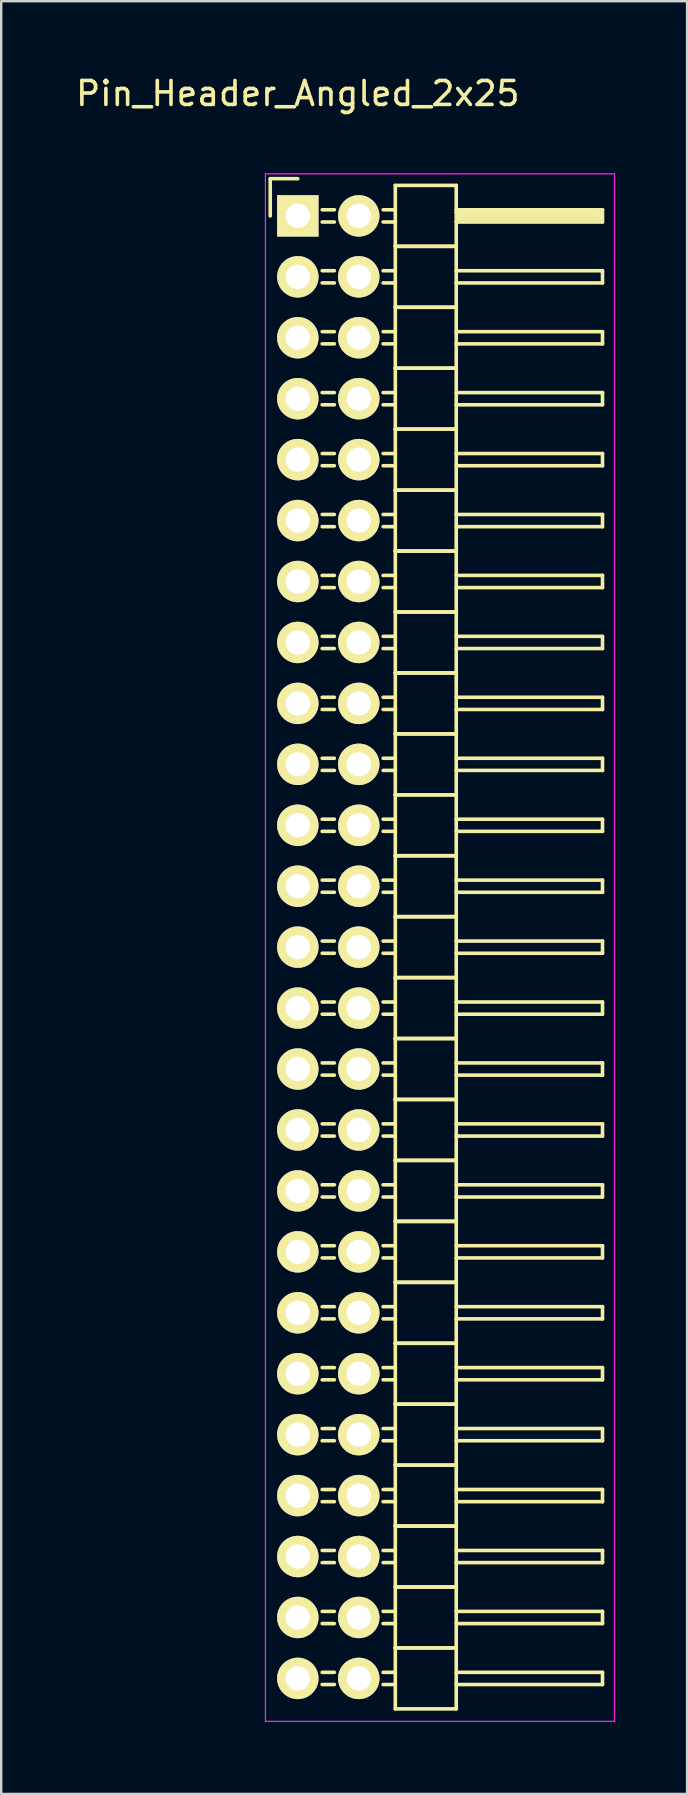
<source format=kicad_pcb>
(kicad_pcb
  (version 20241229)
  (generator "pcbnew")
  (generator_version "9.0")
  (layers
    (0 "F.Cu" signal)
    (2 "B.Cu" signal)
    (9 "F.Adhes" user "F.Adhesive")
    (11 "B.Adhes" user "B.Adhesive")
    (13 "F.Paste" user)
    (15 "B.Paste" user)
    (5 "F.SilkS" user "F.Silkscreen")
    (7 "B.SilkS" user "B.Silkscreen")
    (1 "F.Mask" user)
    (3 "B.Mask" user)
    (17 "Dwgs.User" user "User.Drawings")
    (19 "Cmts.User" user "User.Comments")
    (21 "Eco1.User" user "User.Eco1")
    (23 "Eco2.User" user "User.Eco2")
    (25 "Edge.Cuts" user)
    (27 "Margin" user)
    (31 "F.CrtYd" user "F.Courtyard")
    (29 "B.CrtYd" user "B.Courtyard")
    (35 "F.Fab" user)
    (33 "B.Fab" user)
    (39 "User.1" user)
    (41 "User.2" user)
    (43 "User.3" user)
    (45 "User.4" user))
  (footprint "Pin_Header_Angled_2x25"
    (layer "F.Cu")
    (at 9.363 5.948)
    (property "Reference" "Pin_Header_Angled_2x25" (at 0 -5.1 0) (layer "F.SilkS") (effects (font (size 1 1) (thickness 0.15))))
    (attr through_hole)
    (fp_line (start -1.15 -1.55) (end -1.15 0) (stroke (width 0.15) (type solid)) (layer "F.SilkS"))
    (fp_line (start 0 -1.55) (end -1.15 -1.55) (stroke (width 0.15) (type solid)) (layer "F.SilkS"))
    (fp_line (start 1.524 -0.254) (end 1.016 -0.254) (stroke (width 0.15) (type solid)) (layer "F.SilkS"))
    (fp_line (start 1.524 0.254) (end 1.016 0.254) (stroke (width 0.15) (type solid)) (layer "F.SilkS"))
    (fp_line (start 1.524 2.286) (end 1.016 2.286) (stroke (width 0.15) (type solid)) (layer "F.SilkS"))
    (fp_line (start 1.524 2.794) (end 1.016 2.794) (stroke (width 0.15) (type solid)) (layer "F.SilkS"))
    (fp_line (start 1.524 4.826) (end 1.016 4.826) (stroke (width 0.15) (type solid)) (layer "F.SilkS"))
    (fp_line (start 1.524 5.334) (end 1.016 5.334) (stroke (width 0.15) (type solid)) (layer "F.SilkS"))
    (fp_line (start 1.524 7.366) (end 1.016 7.366) (stroke (width 0.15) (type solid)) (layer "F.SilkS"))
    (fp_line (start 1.524 7.874) (end 1.016 7.874) (stroke (width 0.15) (type solid)) (layer "F.SilkS"))
    (fp_line (start 1.524 9.906) (end 1.016 9.906) (stroke (width 0.15) (type solid)) (layer "F.SilkS"))
    (fp_line (start 1.524 10.414) (end 1.016 10.414) (stroke (width 0.15) (type solid)) (layer "F.SilkS"))
    (fp_line (start 1.524 12.446) (end 1.016 12.446) (stroke (width 0.15) (type solid)) (layer "F.SilkS"))
    (fp_line (start 1.524 12.954) (end 1.016 12.954) (stroke (width 0.15) (type solid)) (layer "F.SilkS"))
    (fp_line (start 1.524 14.986) (end 1.016 14.986) (stroke (width 0.15) (type solid)) (layer "F.SilkS"))
    (fp_line (start 1.524 15.494) (end 1.016 15.494) (stroke (width 0.15) (type solid)) (layer "F.SilkS"))
    (fp_line (start 1.524 17.526) (end 1.016 17.526) (stroke (width 0.15) (type solid)) (layer "F.SilkS"))
    (fp_line (start 1.524 18.034) (end 1.016 18.034) (stroke (width 0.15) (type solid)) (layer "F.SilkS"))
    (fp_line (start 1.524 20.066) (end 1.016 20.066) (stroke (width 0.15) (type solid)) (layer "F.SilkS"))
    (fp_line (start 1.524 20.574) (end 1.016 20.574) (stroke (width 0.15) (type solid)) (layer "F.SilkS"))
    (fp_line (start 1.524 22.606) (end 1.016 22.606) (stroke (width 0.15) (type solid)) (layer "F.SilkS"))
    (fp_line (start 1.524 23.114) (end 1.016 23.114) (stroke (width 0.15) (type solid)) (layer "F.SilkS"))
    (fp_line (start 1.524 25.146) (end 1.016 25.146) (stroke (width 0.15) (type solid)) (layer "F.SilkS"))
    (fp_line (start 1.524 25.654) (end 1.016 25.654) (stroke (width 0.15) (type solid)) (layer "F.SilkS"))
    (fp_line (start 1.524 27.686) (end 1.016 27.686) (stroke (width 0.15) (type solid)) (layer "F.SilkS"))
    (fp_line (start 1.524 28.194) (end 1.016 28.194) (stroke (width 0.15) (type solid)) (layer "F.SilkS"))
    (fp_line (start 1.524 30.226) (end 1.016 30.226) (stroke (width 0.15) (type solid)) (layer "F.SilkS"))
    (fp_line (start 1.524 30.734) (end 1.016 30.734) (stroke (width 0.15) (type solid)) (layer "F.SilkS"))
    (fp_line (start 1.524 32.766) (end 1.016 32.766) (stroke (width 0.15) (type solid)) (layer "F.SilkS"))
    (fp_line (start 1.524 33.274) (end 1.016 33.274) (stroke (width 0.15) (type solid)) (layer "F.SilkS"))
    (fp_line (start 1.524 35.306) (end 1.016 35.306) (stroke (width 0.15) (type solid)) (layer "F.SilkS"))
    (fp_line (start 1.524 35.814) (end 1.016 35.814) (stroke (width 0.15) (type solid)) (layer "F.SilkS"))
    (fp_line (start 1.524 37.846) (end 1.016 37.846) (stroke (width 0.15) (type solid)) (layer "F.SilkS"))
    (fp_line (start 1.524 38.354) (end 1.016 38.354) (stroke (width 0.15) (type solid)) (layer "F.SilkS"))
    (fp_line (start 1.524 40.386) (end 1.016 40.386) (stroke (width 0.15) (type solid)) (layer "F.SilkS"))
    (fp_line (start 1.524 40.894) (end 1.016 40.894) (stroke (width 0.15) (type solid)) (layer "F.SilkS"))
    (fp_line (start 1.524 42.926) (end 1.016 42.926) (stroke (width 0.15) (type solid)) (layer "F.SilkS"))
    (fp_line (start 1.524 43.434) (end 1.016 43.434) (stroke (width 0.15) (type solid)) (layer "F.SilkS"))
    (fp_line (start 1.524 45.466) (end 1.016 45.466) (stroke (width 0.15) (type solid)) (layer "F.SilkS"))
    (fp_line (start 1.524 45.974) (end 1.016 45.974) (stroke (width 0.15) (type solid)) (layer "F.SilkS"))
    (fp_line (start 1.524 48.006) (end 1.016 48.006) (stroke (width 0.15) (type solid)) (layer "F.SilkS"))
    (fp_line (start 1.524 48.514) (end 1.016 48.514) (stroke (width 0.15) (type solid)) (layer "F.SilkS"))
    (fp_line (start 1.524 50.546) (end 1.016 50.546) (stroke (width 0.15) (type solid)) (layer "F.SilkS"))
    (fp_line (start 1.524 51.054) (end 1.016 51.054) (stroke (width 0.15) (type solid)) (layer "F.SilkS"))
    (fp_line (start 1.524 53.086) (end 1.016 53.086) (stroke (width 0.15) (type solid)) (layer "F.SilkS"))
    (fp_line (start 1.524 53.594) (end 1.016 53.594) (stroke (width 0.15) (type solid)) (layer "F.SilkS"))
    (fp_line (start 1.524 55.626) (end 1.016 55.626) (stroke (width 0.15) (type solid)) (layer "F.SilkS"))
    (fp_line (start 1.524 56.134) (end 1.016 56.134) (stroke (width 0.15) (type solid)) (layer "F.SilkS"))
    (fp_line (start 1.524 58.166) (end 1.016 58.166) (stroke (width 0.15) (type solid)) (layer "F.SilkS"))
    (fp_line (start 1.524 58.674) (end 1.016 58.674) (stroke (width 0.15) (type solid)) (layer "F.SilkS"))
    (fp_line (start 1.524 60.706) (end 1.016 60.706) (stroke (width 0.15) (type solid)) (layer "F.SilkS"))
    (fp_line (start 1.524 61.214) (end 1.016 61.214) (stroke (width 0.15) (type solid)) (layer "F.SilkS"))
    (fp_line (start 4.064 -1.27) (end 4.064 1.27) (stroke (width 0.15) (type solid)) (layer "F.SilkS"))
    (fp_line (start 4.064 -1.27) (end 6.604 -1.27) (stroke (width 0.15) (type solid)) (layer "F.SilkS"))
    (fp_line (start 4.064 -0.254) (end 3.556 -0.254) (stroke (width 0.15) (type solid)) (layer "F.SilkS"))
    (fp_line (start 4.064 0.254) (end 3.556 0.254) (stroke (width 0.15) (type solid)) (layer "F.SilkS"))
    (fp_line (start 4.064 1.27) (end 4.064 3.81) (stroke (width 0.15) (type solid)) (layer "F.SilkS"))
    (fp_line (start 4.064 1.27) (end 6.604 1.27) (stroke (width 0.15) (type solid)) (layer "F.SilkS"))
    (fp_line (start 4.064 1.27) (end 6.604 1.27) (stroke (width 0.15) (type solid)) (layer "F.SilkS"))
    (fp_line (start 4.064 2.286) (end 3.556 2.286) (stroke (width 0.15) (type solid)) (layer "F.SilkS"))
    (fp_line (start 4.064 2.794) (end 3.556 2.794) (stroke (width 0.15) (type solid)) (layer "F.SilkS"))
    (fp_line (start 4.064 3.81) (end 4.064 6.35) (stroke (width 0.15) (type solid)) (layer "F.SilkS"))
    (fp_line (start 4.064 3.81) (end 6.604 3.81) (stroke (width 0.15) (type solid)) (layer "F.SilkS"))
    (fp_line (start 4.064 3.81) (end 6.604 3.81) (stroke (width 0.15) (type solid)) (layer "F.SilkS"))
    (fp_line (start 4.064 4.826) (end 3.556 4.826) (stroke (width 0.15) (type solid)) (layer "F.SilkS"))
    (fp_line (start 4.064 5.334) (end 3.556 5.334) (stroke (width 0.15) (type solid)) (layer "F.SilkS"))
    (fp_line (start 4.064 6.35) (end 4.064 8.89) (stroke (width 0.15) (type solid)) (layer "F.SilkS"))
    (fp_line (start 4.064 6.35) (end 6.604 6.35) (stroke (width 0.15) (type solid)) (layer "F.SilkS"))
    (fp_line (start 4.064 6.35) (end 6.604 6.35) (stroke (width 0.15) (type solid)) (layer "F.SilkS"))
    (fp_line (start 4.064 7.366) (end 3.556 7.366) (stroke (width 0.15) (type solid)) (layer "F.SilkS"))
    (fp_line (start 4.064 7.874) (end 3.556 7.874) (stroke (width 0.15) (type solid)) (layer "F.SilkS"))
    (fp_line (start 4.064 8.89) (end 4.064 11.43) (stroke (width 0.15) (type solid)) (layer "F.SilkS"))
    (fp_line (start 4.064 8.89) (end 6.604 8.89) (stroke (width 0.15) (type solid)) (layer "F.SilkS"))
    (fp_line (start 4.064 8.89) (end 6.604 8.89) (stroke (width 0.15) (type solid)) (layer "F.SilkS"))
    (fp_line (start 4.064 9.906) (end 3.556 9.906) (stroke (width 0.15) (type solid)) (layer "F.SilkS"))
    (fp_line (start 4.064 10.414) (end 3.556 10.414) (stroke (width 0.15) (type solid)) (layer "F.SilkS"))
    (fp_line (start 4.064 11.43) (end 4.064 13.97) (stroke (width 0.15) (type solid)) (layer "F.SilkS"))
    (fp_line (start 4.064 11.43) (end 6.604 11.43) (stroke (width 0.15) (type solid)) (layer "F.SilkS"))
    (fp_line (start 4.064 11.43) (end 6.604 11.43) (stroke (width 0.15) (type solid)) (layer "F.SilkS"))
    (fp_line (start 4.064 12.446) (end 3.556 12.446) (stroke (width 0.15) (type solid)) (layer "F.SilkS"))
    (fp_line (start 4.064 12.954) (end 3.556 12.954) (stroke (width 0.15) (type solid)) (layer "F.SilkS"))
    (fp_line (start 4.064 13.97) (end 4.064 16.51) (stroke (width 0.15) (type solid)) (layer "F.SilkS"))
    (fp_line (start 4.064 13.97) (end 6.604 13.97) (stroke (width 0.15) (type solid)) (layer "F.SilkS"))
    (fp_line (start 4.064 13.97) (end 6.604 13.97) (stroke (width 0.15) (type solid)) (layer "F.SilkS"))
    (fp_line (start 4.064 14.986) (end 3.556 14.986) (stroke (width 0.15) (type solid)) (layer "F.SilkS"))
    (fp_line (start 4.064 15.494) (end 3.556 15.494) (stroke (width 0.15) (type solid)) (layer "F.SilkS"))
    (fp_line (start 4.064 16.51) (end 4.064 19.05) (stroke (width 0.15) (type solid)) (layer "F.SilkS"))
    (fp_line (start 4.064 16.51) (end 6.604 16.51) (stroke (width 0.15) (type solid)) (layer "F.SilkS"))
    (fp_line (start 4.064 16.51) (end 6.604 16.51) (stroke (width 0.15) (type solid)) (layer "F.SilkS"))
    (fp_line (start 4.064 17.526) (end 3.556 17.526) (stroke (width 0.15) (type solid)) (layer "F.SilkS"))
    (fp_line (start 4.064 18.034) (end 3.556 18.034) (stroke (width 0.15) (type solid)) (layer "F.SilkS"))
    (fp_line (start 4.064 19.05) (end 4.064 21.59) (stroke (width 0.15) (type solid)) (layer "F.SilkS"))
    (fp_line (start 4.064 19.05) (end 6.604 19.05) (stroke (width 0.15) (type solid)) (layer "F.SilkS"))
    (fp_line (start 4.064 19.05) (end 6.604 19.05) (stroke (width 0.15) (type solid)) (layer "F.SilkS"))
    (fp_line (start 4.064 20.066) (end 3.556 20.066) (stroke (width 0.15) (type solid)) (layer "F.SilkS"))
    (fp_line (start 4.064 20.574) (end 3.556 20.574) (stroke (width 0.15) (type solid)) (layer "F.SilkS"))
    (fp_line (start 4.064 21.59) (end 4.064 24.13) (stroke (width 0.15) (type solid)) (layer "F.SilkS"))
    (fp_line (start 4.064 21.59) (end 6.604 21.59) (stroke (width 0.15) (type solid)) (layer "F.SilkS"))
    (fp_line (start 4.064 21.59) (end 6.604 21.59) (stroke (width 0.15) (type solid)) (layer "F.SilkS"))
    (fp_line (start 4.064 22.606) (end 3.556 22.606) (stroke (width 0.15) (type solid)) (layer "F.SilkS"))
    (fp_line (start 4.064 23.114) (end 3.556 23.114) (stroke (width 0.15) (type solid)) (layer "F.SilkS"))
    (fp_line (start 4.064 24.13) (end 4.064 26.67) (stroke (width 0.15) (type solid)) (layer "F.SilkS"))
    (fp_line (start 4.064 24.13) (end 6.604 24.13) (stroke (width 0.15) (type solid)) (layer "F.SilkS"))
    (fp_line (start 4.064 24.13) (end 6.604 24.13) (stroke (width 0.15) (type solid)) (layer "F.SilkS"))
    (fp_line (start 4.064 25.146) (end 3.556 25.146) (stroke (width 0.15) (type solid)) (layer "F.SilkS"))
    (fp_line (start 4.064 25.654) (end 3.556 25.654) (stroke (width 0.15) (type solid)) (layer "F.SilkS"))
    (fp_line (start 4.064 26.67) (end 4.064 29.21) (stroke (width 0.15) (type solid)) (layer "F.SilkS"))
    (fp_line (start 4.064 26.67) (end 6.604 26.67) (stroke (width 0.15) (type solid)) (layer "F.SilkS"))
    (fp_line (start 4.064 26.67) (end 6.604 26.67) (stroke (width 0.15) (type solid)) (layer "F.SilkS"))
    (fp_line (start 4.064 27.686) (end 3.556 27.686) (stroke (width 0.15) (type solid)) (layer "F.SilkS"))
    (fp_line (start 4.064 28.194) (end 3.556 28.194) (stroke (width 0.15) (type solid)) (layer "F.SilkS"))
    (fp_line (start 4.064 29.21) (end 4.064 31.75) (stroke (width 0.15) (type solid)) (layer "F.SilkS"))
    (fp_line (start 4.064 29.21) (end 6.604 29.21) (stroke (width 0.15) (type solid)) (layer "F.SilkS"))
    (fp_line (start 4.064 29.21) (end 6.604 29.21) (stroke (width 0.15) (type solid)) (layer "F.SilkS"))
    (fp_line (start 4.064 30.226) (end 3.556 30.226) (stroke (width 0.15) (type solid)) (layer "F.SilkS"))
    (fp_line (start 4.064 30.734) (end 3.556 30.734) (stroke (width 0.15) (type solid)) (layer "F.SilkS"))
    (fp_line (start 4.064 31.75) (end 4.064 34.29) (stroke (width 0.15) (type solid)) (layer "F.SilkS"))
    (fp_line (start 4.064 31.75) (end 6.604 31.75) (stroke (width 0.15) (type solid)) (layer "F.SilkS"))
    (fp_line (start 4.064 31.75) (end 6.604 31.75) (stroke (width 0.15) (type solid)) (layer "F.SilkS"))
    (fp_line (start 4.064 32.766) (end 3.556 32.766) (stroke (width 0.15) (type solid)) (layer "F.SilkS"))
    (fp_line (start 4.064 33.274) (end 3.556 33.274) (stroke (width 0.15) (type solid)) (layer "F.SilkS"))
    (fp_line (start 4.064 34.29) (end 4.064 36.83) (stroke (width 0.15) (type solid)) (layer "F.SilkS"))
    (fp_line (start 4.064 34.29) (end 6.604 34.29) (stroke (width 0.15) (type solid)) (layer "F.SilkS"))
    (fp_line (start 4.064 34.29) (end 6.604 34.29) (stroke (width 0.15) (type solid)) (layer "F.SilkS"))
    (fp_line (start 4.064 35.306) (end 3.556 35.306) (stroke (width 0.15) (type solid)) (layer "F.SilkS"))
    (fp_line (start 4.064 35.814) (end 3.556 35.814) (stroke (width 0.15) (type solid)) (layer "F.SilkS"))
    (fp_line (start 4.064 36.83) (end 4.064 39.37) (stroke (width 0.15) (type solid)) (layer "F.SilkS"))
    (fp_line (start 4.064 36.83) (end 6.604 36.83) (stroke (width 0.15) (type solid)) (layer "F.SilkS"))
    (fp_line (start 4.064 36.83) (end 6.604 36.83) (stroke (width 0.15) (type solid)) (layer "F.SilkS"))
    (fp_line (start 4.064 37.846) (end 3.556 37.846) (stroke (width 0.15) (type solid)) (layer "F.SilkS"))
    (fp_line (start 4.064 38.354) (end 3.556 38.354) (stroke (width 0.15) (type solid)) (layer "F.SilkS"))
    (fp_line (start 4.064 39.37) (end 4.064 41.91) (stroke (width 0.15) (type solid)) (layer "F.SilkS"))
    (fp_line (start 4.064 39.37) (end 6.604 39.37) (stroke (width 0.15) (type solid)) (layer "F.SilkS"))
    (fp_line (start 4.064 39.37) (end 6.604 39.37) (stroke (width 0.15) (type solid)) (layer "F.SilkS"))
    (fp_line (start 4.064 40.386) (end 3.556 40.386) (stroke (width 0.15) (type solid)) (layer "F.SilkS"))
    (fp_line (start 4.064 40.894) (end 3.556 40.894) (stroke (width 0.15) (type solid)) (layer "F.SilkS"))
    (fp_line (start 4.064 41.91) (end 4.064 44.45) (stroke (width 0.15) (type solid)) (layer "F.SilkS"))
    (fp_line (start 4.064 41.91) (end 6.604 41.91) (stroke (width 0.15) (type solid)) (layer "F.SilkS"))
    (fp_line (start 4.064 41.91) (end 6.604 41.91) (stroke (width 0.15) (type solid)) (layer "F.SilkS"))
    (fp_line (start 4.064 42.926) (end 3.556 42.926) (stroke (width 0.15) (type solid)) (layer "F.SilkS"))
    (fp_line (start 4.064 43.434) (end 3.556 43.434) (stroke (width 0.15) (type solid)) (layer "F.SilkS"))
    (fp_line (start 4.064 44.45) (end 4.064 46.99) (stroke (width 0.15) (type solid)) (layer "F.SilkS"))
    (fp_line (start 4.064 44.45) (end 6.604 44.45) (stroke (width 0.15) (type solid)) (layer "F.SilkS"))
    (fp_line (start 4.064 44.45) (end 6.604 44.45) (stroke (width 0.15) (type solid)) (layer "F.SilkS"))
    (fp_line (start 4.064 45.466) (end 3.556 45.466) (stroke (width 0.15) (type solid)) (layer "F.SilkS"))
    (fp_line (start 4.064 45.974) (end 3.556 45.974) (stroke (width 0.15) (type solid)) (layer "F.SilkS"))
    (fp_line (start 4.064 46.99) (end 4.064 49.53) (stroke (width 0.15) (type solid)) (layer "F.SilkS"))
    (fp_line (start 4.064 46.99) (end 6.604 46.99) (stroke (width 0.15) (type solid)) (layer "F.SilkS"))
    (fp_line (start 4.064 46.99) (end 6.604 46.99) (stroke (width 0.15) (type solid)) (layer "F.SilkS"))
    (fp_line (start 4.064 48.006) (end 3.556 48.006) (stroke (width 0.15) (type solid)) (layer "F.SilkS"))
    (fp_line (start 4.064 48.514) (end 3.556 48.514) (stroke (width 0.15) (type solid)) (layer "F.SilkS"))
    (fp_line (start 4.064 49.53) (end 4.064 52.07) (stroke (width 0.15) (type solid)) (layer "F.SilkS"))
    (fp_line (start 4.064 49.53) (end 6.604 49.53) (stroke (width 0.15) (type solid)) (layer "F.SilkS"))
    (fp_line (start 4.064 49.53) (end 6.604 49.53) (stroke (width 0.15) (type solid)) (layer "F.SilkS"))
    (fp_line (start 4.064 50.546) (end 3.556 50.546) (stroke (width 0.15) (type solid)) (layer "F.SilkS"))
    (fp_line (start 4.064 51.054) (end 3.556 51.054) (stroke (width 0.15) (type solid)) (layer "F.SilkS"))
    (fp_line (start 4.064 52.07) (end 4.064 54.61) (stroke (width 0.15) (type solid)) (layer "F.SilkS"))
    (fp_line (start 4.064 52.07) (end 6.604 52.07) (stroke (width 0.15) (type solid)) (layer "F.SilkS"))
    (fp_line (start 4.064 52.07) (end 6.604 52.07) (stroke (width 0.15) (type solid)) (layer "F.SilkS"))
    (fp_line (start 4.064 53.086) (end 3.556 53.086) (stroke (width 0.15) (type solid)) (layer "F.SilkS"))
    (fp_line (start 4.064 53.594) (end 3.556 53.594) (stroke (width 0.15) (type solid)) (layer "F.SilkS"))
    (fp_line (start 4.064 54.61) (end 4.064 57.15) (stroke (width 0.15) (type solid)) (layer "F.SilkS"))
    (fp_line (start 4.064 54.61) (end 6.604 54.61) (stroke (width 0.15) (type solid)) (layer "F.SilkS"))
    (fp_line (start 4.064 54.61) (end 6.604 54.61) (stroke (width 0.15) (type solid)) (layer "F.SilkS"))
    (fp_line (start 4.064 55.626) (end 3.556 55.626) (stroke (width 0.15) (type solid)) (layer "F.SilkS"))
    (fp_line (start 4.064 56.134) (end 3.556 56.134) (stroke (width 0.15) (type solid)) (layer "F.SilkS"))
    (fp_line (start 4.064 57.15) (end 4.064 59.69) (stroke (width 0.15) (type solid)) (layer "F.SilkS"))
    (fp_line (start 4.064 57.15) (end 6.604 57.15) (stroke (width 0.15) (type solid)) (layer "F.SilkS"))
    (fp_line (start 4.064 57.15) (end 6.604 57.15) (stroke (width 0.15) (type solid)) (layer "F.SilkS"))
    (fp_line (start 4.064 58.166) (end 3.556 58.166) (stroke (width 0.15) (type solid)) (layer "F.SilkS"))
    (fp_line (start 4.064 58.674) (end 3.556 58.674) (stroke (width 0.15) (type solid)) (layer "F.SilkS"))
    (fp_line (start 4.064 59.69) (end 4.064 62.23) (stroke (width 0.15) (type solid)) (layer "F.SilkS"))
    (fp_line (start 4.064 59.69) (end 6.604 59.69) (stroke (width 0.15) (type solid)) (layer "F.SilkS"))
    (fp_line (start 4.064 59.69) (end 6.604 59.69) (stroke (width 0.15) (type solid)) (layer "F.SilkS"))
    (fp_line (start 4.064 60.706) (end 3.556 60.706) (stroke (width 0.15) (type solid)) (layer "F.SilkS"))
    (fp_line (start 4.064 61.214) (end 3.556 61.214) (stroke (width 0.15) (type solid)) (layer "F.SilkS"))
    (fp_line (start 4.064 62.23) (end 6.604 62.23) (stroke (width 0.15) (type solid)) (layer "F.SilkS"))
    (fp_line (start 6.604 -0.254) (end 12.7 -0.254) (stroke (width 0.15) (type solid)) (layer "F.SilkS"))
    (fp_line (start 6.604 -0.127) (end 12.573 -0.127) (stroke (width 0.15) (type solid)) (layer "F.SilkS"))
    (fp_line (start 6.604 1.27) (end 6.604 -1.27) (stroke (width 0.15) (type solid)) (layer "F.SilkS"))
    (fp_line (start 6.604 2.286) (end 12.7 2.286) (stroke (width 0.15) (type solid)) (layer "F.SilkS"))
    (fp_line (start 6.604 3.81) (end 6.604 1.27) (stroke (width 0.15) (type solid)) (layer "F.SilkS"))
    (fp_line (start 6.604 4.826) (end 12.7 4.826) (stroke (width 0.15) (type solid)) (layer "F.SilkS"))
    (fp_line (start 6.604 6.35) (end 6.604 3.81) (stroke (width 0.15) (type solid)) (layer "F.SilkS"))
    (fp_line (start 6.604 7.366) (end 12.7 7.366) (stroke (width 0.15) (type solid)) (layer "F.SilkS"))
    (fp_line (start 6.604 8.89) (end 6.604 6.35) (stroke (width 0.15) (type solid)) (layer "F.SilkS"))
    (fp_line (start 6.604 9.906) (end 12.7 9.906) (stroke (width 0.15) (type solid)) (layer "F.SilkS"))
    (fp_line (start 6.604 11.43) (end 6.604 8.89) (stroke (width 0.15) (type solid)) (layer "F.SilkS"))
    (fp_line (start 6.604 12.446) (end 12.7 12.446) (stroke (width 0.15) (type solid)) (layer "F.SilkS"))
    (fp_line (start 6.604 13.97) (end 6.604 11.43) (stroke (width 0.15) (type solid)) (layer "F.SilkS"))
    (fp_line (start 6.604 14.986) (end 12.7 14.986) (stroke (width 0.15) (type solid)) (layer "F.SilkS"))
    (fp_line (start 6.604 16.51) (end 6.604 13.97) (stroke (width 0.15) (type solid)) (layer "F.SilkS"))
    (fp_line (start 6.604 17.526) (end 12.7 17.526) (stroke (width 0.15) (type solid)) (layer "F.SilkS"))
    (fp_line (start 6.604 19.05) (end 6.604 16.51) (stroke (width 0.15) (type solid)) (layer "F.SilkS"))
    (fp_line (start 6.604 20.066) (end 12.7 20.066) (stroke (width 0.15) (type solid)) (layer "F.SilkS"))
    (fp_line (start 6.604 21.59) (end 6.604 19.05) (stroke (width 0.15) (type solid)) (layer "F.SilkS"))
    (fp_line (start 6.604 22.606) (end 12.7 22.606) (stroke (width 0.15) (type solid)) (layer "F.SilkS"))
    (fp_line (start 6.604 24.13) (end 6.604 21.59) (stroke (width 0.15) (type solid)) (layer "F.SilkS"))
    (fp_line (start 6.604 25.146) (end 12.7 25.146) (stroke (width 0.15) (type solid)) (layer "F.SilkS"))
    (fp_line (start 6.604 26.67) (end 6.604 24.13) (stroke (width 0.15) (type solid)) (layer "F.SilkS"))
    (fp_line (start 6.604 27.686) (end 12.7 27.686) (stroke (width 0.15) (type solid)) (layer "F.SilkS"))
    (fp_line (start 6.604 29.21) (end 6.604 26.67) (stroke (width 0.15) (type solid)) (layer "F.SilkS"))
    (fp_line (start 6.604 30.226) (end 12.7 30.226) (stroke (width 0.15) (type solid)) (layer "F.SilkS"))
    (fp_line (start 6.604 31.75) (end 6.604 29.21) (stroke (width 0.15) (type solid)) (layer "F.SilkS"))
    (fp_line (start 6.604 32.766) (end 12.7 32.766) (stroke (width 0.15) (type solid)) (layer "F.SilkS"))
    (fp_line (start 6.604 34.29) (end 6.604 31.75) (stroke (width 0.15) (type solid)) (layer "F.SilkS"))
    (fp_line (start 6.604 35.306) (end 12.7 35.306) (stroke (width 0.15) (type solid)) (layer "F.SilkS"))
    (fp_line (start 6.604 36.83) (end 6.604 34.29) (stroke (width 0.15) (type solid)) (layer "F.SilkS"))
    (fp_line (start 6.604 37.846) (end 12.7 37.846) (stroke (width 0.15) (type solid)) (layer "F.SilkS"))
    (fp_line (start 6.604 39.37) (end 6.604 36.83) (stroke (width 0.15) (type solid)) (layer "F.SilkS"))
    (fp_line (start 6.604 40.386) (end 12.7 40.386) (stroke (width 0.15) (type solid)) (layer "F.SilkS"))
    (fp_line (start 6.604 41.91) (end 6.604 39.37) (stroke (width 0.15) (type solid)) (layer "F.SilkS"))
    (fp_line (start 6.604 42.926) (end 12.7 42.926) (stroke (width 0.15) (type solid)) (layer "F.SilkS"))
    (fp_line (start 6.604 44.45) (end 6.604 41.91) (stroke (width 0.15) (type solid)) (layer "F.SilkS"))
    (fp_line (start 6.604 45.466) (end 12.7 45.466) (stroke (width 0.15) (type solid)) (layer "F.SilkS"))
    (fp_line (start 6.604 46.99) (end 6.604 44.45) (stroke (width 0.15) (type solid)) (layer "F.SilkS"))
    (fp_line (start 6.604 48.006) (end 12.7 48.006) (stroke (width 0.15) (type solid)) (layer "F.SilkS"))
    (fp_line (start 6.604 49.53) (end 6.604 46.99) (stroke (width 0.15) (type solid)) (layer "F.SilkS"))
    (fp_line (start 6.604 50.546) (end 12.7 50.546) (stroke (width 0.15) (type solid)) (layer "F.SilkS"))
    (fp_line (start 6.604 52.07) (end 6.604 49.53) (stroke (width 0.15) (type solid)) (layer "F.SilkS"))
    (fp_line (start 6.604 53.086) (end 12.7 53.086) (stroke (width 0.15) (type solid)) (layer "F.SilkS"))
    (fp_line (start 6.604 54.61) (end 6.604 52.07) (stroke (width 0.15) (type solid)) (layer "F.SilkS"))
    (fp_line (start 6.604 55.626) (end 12.7 55.626) (stroke (width 0.15) (type solid)) (layer "F.SilkS"))
    (fp_line (start 6.604 57.15) (end 6.604 54.61) (stroke (width 0.15) (type solid)) (layer "F.SilkS"))
    (fp_line (start 6.604 58.166) (end 12.7 58.166) (stroke (width 0.15) (type solid)) (layer "F.SilkS"))
    (fp_line (start 6.604 59.69) (end 6.604 57.15) (stroke (width 0.15) (type solid)) (layer "F.SilkS"))
    (fp_line (start 6.604 60.706) (end 12.7 60.706) (stroke (width 0.15) (type solid)) (layer "F.SilkS"))
    (fp_line (start 6.604 62.23) (end 6.604 59.69) (stroke (width 0.15) (type solid)) (layer "F.SilkS"))
    (fp_line (start 6.731 0) (end 12.573 0) (stroke (width 0.15) (type solid)) (layer "F.SilkS"))
    (fp_line (start 6.731 0.127) (end 6.731 0) (stroke (width 0.15) (type solid)) (layer "F.SilkS"))
    (fp_line (start 12.573 -0.127) (end 12.573 0.127) (stroke (width 0.15) (type solid)) (layer "F.SilkS"))
    (fp_line (start 12.573 0.127) (end 6.731 0.127) (stroke (width 0.15) (type solid)) (layer "F.SilkS"))
    (fp_line (start 12.7 -0.254) (end 12.7 0.254) (stroke (width 0.15) (type solid)) (layer "F.SilkS"))
    (fp_line (start 12.7 0.254) (end 6.604 0.254) (stroke (width 0.15) (type solid)) (layer "F.SilkS"))
    (fp_line (start 12.7 2.286) (end 12.7 2.794) (stroke (width 0.15) (type solid)) (layer "F.SilkS"))
    (fp_line (start 12.7 2.794) (end 6.604 2.794) (stroke (width 0.15) (type solid)) (layer "F.SilkS"))
    (fp_line (start 12.7 4.826) (end 12.7 5.334) (stroke (width 0.15) (type solid)) (layer "F.SilkS"))
    (fp_line (start 12.7 5.334) (end 6.604 5.334) (stroke (width 0.15) (type solid)) (layer "F.SilkS"))
    (fp_line (start 12.7 7.366) (end 12.7 7.874) (stroke (width 0.15) (type solid)) (layer "F.SilkS"))
    (fp_line (start 12.7 7.874) (end 6.604 7.874) (stroke (width 0.15) (type solid)) (layer "F.SilkS"))
    (fp_line (start 12.7 9.906) (end 12.7 10.414) (stroke (width 0.15) (type solid)) (layer "F.SilkS"))
    (fp_line (start 12.7 10.414) (end 6.604 10.414) (stroke (width 0.15) (type solid)) (layer "F.SilkS"))
    (fp_line (start 12.7 12.446) (end 12.7 12.954) (stroke (width 0.15) (type solid)) (layer "F.SilkS"))
    (fp_line (start 12.7 12.954) (end 6.604 12.954) (stroke (width 0.15) (type solid)) (layer "F.SilkS"))
    (fp_line (start 12.7 14.986) (end 12.7 15.494) (stroke (width 0.15) (type solid)) (layer "F.SilkS"))
    (fp_line (start 12.7 15.494) (end 6.604 15.494) (stroke (width 0.15) (type solid)) (layer "F.SilkS"))
    (fp_line (start 12.7 17.526) (end 12.7 18.034) (stroke (width 0.15) (type solid)) (layer "F.SilkS"))
    (fp_line (start 12.7 18.034) (end 6.604 18.034) (stroke (width 0.15) (type solid)) (layer "F.SilkS"))
    (fp_line (start 12.7 20.066) (end 12.7 20.574) (stroke (width 0.15) (type solid)) (layer "F.SilkS"))
    (fp_line (start 12.7 20.574) (end 6.604 20.574) (stroke (width 0.15) (type solid)) (layer "F.SilkS"))
    (fp_line (start 12.7 22.606) (end 12.7 23.114) (stroke (width 0.15) (type solid)) (layer "F.SilkS"))
    (fp_line (start 12.7 23.114) (end 6.604 23.114) (stroke (width 0.15) (type solid)) (layer "F.SilkS"))
    (fp_line (start 12.7 25.146) (end 12.7 25.654) (stroke (width 0.15) (type solid)) (layer "F.SilkS"))
    (fp_line (start 12.7 25.654) (end 6.604 25.654) (stroke (width 0.15) (type solid)) (layer "F.SilkS"))
    (fp_line (start 12.7 27.686) (end 12.7 28.194) (stroke (width 0.15) (type solid)) (layer "F.SilkS"))
    (fp_line (start 12.7 28.194) (end 6.604 28.194) (stroke (width 0.15) (type solid)) (layer "F.SilkS"))
    (fp_line (start 12.7 30.226) (end 12.7 30.734) (stroke (width 0.15) (type solid)) (layer "F.SilkS"))
    (fp_line (start 12.7 30.734) (end 6.604 30.734) (stroke (width 0.15) (type solid)) (layer "F.SilkS"))
    (fp_line (start 12.7 32.766) (end 12.7 33.274) (stroke (width 0.15) (type solid)) (layer "F.SilkS"))
    (fp_line (start 12.7 33.274) (end 6.604 33.274) (stroke (width 0.15) (type solid)) (layer "F.SilkS"))
    (fp_line (start 12.7 35.306) (end 12.7 35.814) (stroke (width 0.15) (type solid)) (layer "F.SilkS"))
    (fp_line (start 12.7 35.814) (end 6.604 35.814) (stroke (width 0.15) (type solid)) (layer "F.SilkS"))
    (fp_line (start 12.7 37.846) (end 12.7 38.354) (stroke (width 0.15) (type solid)) (layer "F.SilkS"))
    (fp_line (start 12.7 38.354) (end 6.604 38.354) (stroke (width 0.15) (type solid)) (layer "F.SilkS"))
    (fp_line (start 12.7 40.386) (end 12.7 40.894) (stroke (width 0.15) (type solid)) (layer "F.SilkS"))
    (fp_line (start 12.7 40.894) (end 6.604 40.894) (stroke (width 0.15) (type solid)) (layer "F.SilkS"))
    (fp_line (start 12.7 42.926) (end 12.7 43.434) (stroke (width 0.15) (type solid)) (layer "F.SilkS"))
    (fp_line (start 12.7 43.434) (end 6.604 43.434) (stroke (width 0.15) (type solid)) (layer "F.SilkS"))
    (fp_line (start 12.7 45.466) (end 12.7 45.974) (stroke (width 0.15) (type solid)) (layer "F.SilkS"))
    (fp_line (start 12.7 45.974) (end 6.604 45.974) (stroke (width 0.15) (type solid)) (layer "F.SilkS"))
    (fp_line (start 12.7 48.006) (end 12.7 48.514) (stroke (width 0.15) (type solid)) (layer "F.SilkS"))
    (fp_line (start 12.7 48.514) (end 6.604 48.514) (stroke (width 0.15) (type solid)) (layer "F.SilkS"))
    (fp_line (start 12.7 50.546) (end 12.7 51.054) (stroke (width 0.15) (type solid)) (layer "F.SilkS"))
    (fp_line (start 12.7 51.054) (end 6.604 51.054) (stroke (width 0.15) (type solid)) (layer "F.SilkS"))
    (fp_line (start 12.7 53.086) (end 12.7 53.594) (stroke (width 0.15) (type solid)) (layer "F.SilkS"))
    (fp_line (start 12.7 53.594) (end 6.604 53.594) (stroke (width 0.15) (type solid)) (layer "F.SilkS"))
    (fp_line (start 12.7 55.626) (end 12.7 56.134) (stroke (width 0.15) (type solid)) (layer "F.SilkS"))
    (fp_line (start 12.7 56.134) (end 6.604 56.134) (stroke (width 0.15) (type solid)) (layer "F.SilkS"))
    (fp_line (start 12.7 58.166) (end 12.7 58.674) (stroke (width 0.15) (type solid)) (layer "F.SilkS"))
    (fp_line (start 12.7 58.674) (end 6.604 58.674) (stroke (width 0.15) (type solid)) (layer "F.SilkS"))
    (fp_line (start 12.7 60.706) (end 12.7 61.214) (stroke (width 0.15) (type solid)) (layer "F.SilkS"))
    (fp_line (start 12.7 61.214) (end 6.604 61.214) (stroke (width 0.15) (type solid)) (layer "F.SilkS"))
    (fp_line (start -1.35 -1.75) (end -1.35 62.75) (stroke (width 0.05) (type solid)) (layer "F.CrtYd"))
    (fp_line (start -1.35 -1.75) (end 13.2 -1.75) (stroke (width 0.05) (type solid)) (layer "F.CrtYd"))
    (fp_line (start -1.35 62.75) (end 13.2 62.75) (stroke (width 0.05) (type solid)) (layer "F.CrtYd"))
    (fp_line (start 13.2 -1.75) (end 13.2 62.75) (stroke (width 0.05) (type solid)) (layer "F.CrtYd"))
    (pad "1" thru_hole rect (at 0 0) (size 1.727 1.727) (drill 1.016) (layers "*.Cu" "*.Mask" "F.SilkS"))
    (pad "2" thru_hole oval (at 2.54 0) (size 1.727 1.727) (drill 1.016) (layers "*.Cu" "*.Mask" "F.SilkS"))
    (pad "3" thru_hole oval (at 0 2.54) (size 1.727 1.727) (drill 1.016) (layers "*.Cu" "*.Mask" "F.SilkS"))
    (pad "4" thru_hole oval (at 2.54 2.54) (size 1.727 1.727) (drill 1.016) (layers "*.Cu" "*.Mask" "F.SilkS"))
    (pad "5" thru_hole oval (at 0 5.08) (size 1.727 1.727) (drill 1.016) (layers "*.Cu" "*.Mask" "F.SilkS"))
    (pad "6" thru_hole oval (at 2.54 5.08) (size 1.727 1.727) (drill 1.016) (layers "*.Cu" "*.Mask" "F.SilkS"))
    (pad "7" thru_hole oval (at 0 7.62) (size 1.727 1.727) (drill 1.016) (layers "*.Cu" "*.Mask" "F.SilkS"))
    (pad "8" thru_hole oval (at 2.54 7.62) (size 1.727 1.727) (drill 1.016) (layers "*.Cu" "*.Mask" "F.SilkS"))
    (pad "9" thru_hole oval (at 0 10.16) (size 1.727 1.727) (drill 1.016) (layers "*.Cu" "*.Mask" "F.SilkS"))
    (pad "10" thru_hole oval (at 2.54 10.16) (size 1.727 1.727) (drill 1.016) (layers "*.Cu" "*.Mask" "F.SilkS"))
    (pad "11" thru_hole oval (at 0 12.7) (size 1.727 1.727) (drill 1.016) (layers "*.Cu" "*.Mask" "F.SilkS"))
    (pad "12" thru_hole oval (at 2.54 12.7) (size 1.727 1.727) (drill 1.016) (layers "*.Cu" "*.Mask" "F.SilkS"))
    (pad "13" thru_hole oval (at 0 15.24) (size 1.727 1.727) (drill 1.016) (layers "*.Cu" "*.Mask" "F.SilkS"))
    (pad "14" thru_hole oval (at 2.54 15.24) (size 1.727 1.727) (drill 1.016) (layers "*.Cu" "*.Mask" "F.SilkS"))
    (pad "15" thru_hole oval (at 0 17.78) (size 1.727 1.727) (drill 1.016) (layers "*.Cu" "*.Mask" "F.SilkS"))
    (pad "16" thru_hole oval (at 2.54 17.78) (size 1.727 1.727) (drill 1.016) (layers "*.Cu" "*.Mask" "F.SilkS"))
    (pad "17" thru_hole oval (at 0 20.32) (size 1.727 1.727) (drill 1.016) (layers "*.Cu" "*.Mask" "F.SilkS"))
    (pad "18" thru_hole oval (at 2.54 20.32) (size 1.727 1.727) (drill 1.016) (layers "*.Cu" "*.Mask" "F.SilkS"))
    (pad "19" thru_hole oval (at 0 22.86) (size 1.727 1.727) (drill 1.016) (layers "*.Cu" "*.Mask" "F.SilkS"))
    (pad "20" thru_hole oval (at 2.54 22.86) (size 1.727 1.727) (drill 1.016) (layers "*.Cu" "*.Mask" "F.SilkS"))
    (pad "21" thru_hole oval (at 0 25.4) (size 1.727 1.727) (drill 1.016) (layers "*.Cu" "*.Mask" "F.SilkS"))
    (pad "22" thru_hole oval (at 2.54 25.4) (size 1.727 1.727) (drill 1.016) (layers "*.Cu" "*.Mask" "F.SilkS"))
    (pad "23" thru_hole oval (at 0 27.94) (size 1.727 1.727) (drill 1.016) (layers "*.Cu" "*.Mask" "F.SilkS"))
    (pad "24" thru_hole oval (at 2.54 27.94) (size 1.727 1.727) (drill 1.016) (layers "*.Cu" "*.Mask" "F.SilkS"))
    (pad "25" thru_hole oval (at 0 30.48) (size 1.727 1.727) (drill 1.016) (layers "*.Cu" "*.Mask" "F.SilkS"))
    (pad "26" thru_hole oval (at 2.54 30.48) (size 1.727 1.727) (drill 1.016) (layers "*.Cu" "*.Mask" "F.SilkS"))
    (pad "27" thru_hole oval (at 0 33.02) (size 1.727 1.727) (drill 1.016) (layers "*.Cu" "*.Mask" "F.SilkS"))
    (pad "28" thru_hole oval (at 2.54 33.02) (size 1.727 1.727) (drill 1.016) (layers "*.Cu" "*.Mask" "F.SilkS"))
    (pad "29" thru_hole oval (at 0 35.56) (size 1.727 1.727) (drill 1.016) (layers "*.Cu" "*.Mask" "F.SilkS"))
    (pad "30" thru_hole oval (at 2.54 35.56) (size 1.727 1.727) (drill 1.016) (layers "*.Cu" "*.Mask" "F.SilkS"))
    (pad "31" thru_hole oval (at 0 38.1) (size 1.727 1.727) (drill 1.016) (layers "*.Cu" "*.Mask" "F.SilkS"))
    (pad "32" thru_hole oval (at 2.54 38.1) (size 1.727 1.727) (drill 1.016) (layers "*.Cu" "*.Mask" "F.SilkS"))
    (pad "33" thru_hole oval (at 0 40.64) (size 1.727 1.727) (drill 1.016) (layers "*.Cu" "*.Mask" "F.SilkS"))
    (pad "34" thru_hole oval (at 2.54 40.64) (size 1.727 1.727) (drill 1.016) (layers "*.Cu" "*.Mask" "F.SilkS"))
    (pad "35" thru_hole oval (at 0 43.18) (size 1.727 1.727) (drill 1.016) (layers "*.Cu" "*.Mask" "F.SilkS"))
    (pad "36" thru_hole oval (at 2.54 43.18) (size 1.727 1.727) (drill 1.016) (layers "*.Cu" "*.Mask" "F.SilkS"))
    (pad "37" thru_hole oval (at 0 45.72) (size 1.727 1.727) (drill 1.016) (layers "*.Cu" "*.Mask" "F.SilkS"))
    (pad "38" thru_hole oval (at 2.54 45.72) (size 1.727 1.727) (drill 1.016) (layers "*.Cu" "*.Mask" "F.SilkS"))
    (pad "39" thru_hole oval (at 0 48.26) (size 1.727 1.727) (drill 1.016) (layers "*.Cu" "*.Mask" "F.SilkS"))
    (pad "40" thru_hole oval (at 2.54 48.26) (size 1.727 1.727) (drill 1.016) (layers "*.Cu" "*.Mask" "F.SilkS"))
    (pad "41" thru_hole oval (at 0 50.8) (size 1.727 1.727) (drill 1.016) (layers "*.Cu" "*.Mask" "F.SilkS"))
    (pad "42" thru_hole oval (at 2.54 50.8) (size 1.727 1.727) (drill 1.016) (layers "*.Cu" "*.Mask" "F.SilkS"))
    (pad "43" thru_hole oval (at 0 53.34) (size 1.727 1.727) (drill 1.016) (layers "*.Cu" "*.Mask" "F.SilkS"))
    (pad "44" thru_hole oval (at 2.54 53.34) (size 1.727 1.727) (drill 1.016) (layers "*.Cu" "*.Mask" "F.SilkS"))
    (pad "45" thru_hole oval (at 0 55.88) (size 1.727 1.727) (drill 1.016) (layers "*.Cu" "*.Mask" "F.SilkS"))
    (pad "46" thru_hole oval (at 2.54 55.88) (size 1.727 1.727) (drill 1.016) (layers "*.Cu" "*.Mask" "F.SilkS"))
    (pad "47" thru_hole oval (at 0 58.42) (size 1.727 1.727) (drill 1.016) (layers "*.Cu" "*.Mask" "F.SilkS"))
    (pad "48" thru_hole oval (at 2.54 58.42) (size 1.727 1.727) (drill 1.016) (layers "*.Cu" "*.Mask" "F.SilkS"))
    (pad "49" thru_hole oval (at 0 60.96) (size 1.727 1.727) (drill 1.016) (layers "*.Cu" "*.Mask" "F.SilkS"))
    (pad "50" thru_hole oval (at 2.54 60.96) (size 1.727 1.727) (drill 1.016) (layers "*.Cu" "*.Mask" "F.SilkS")))
  (gr_rect
    (start -3 -3)
    (end 25.588 71.723)
    (stroke (width 0.1) (type default))
    (fill no)
    (layer "Edge.Cuts")))
</source>
